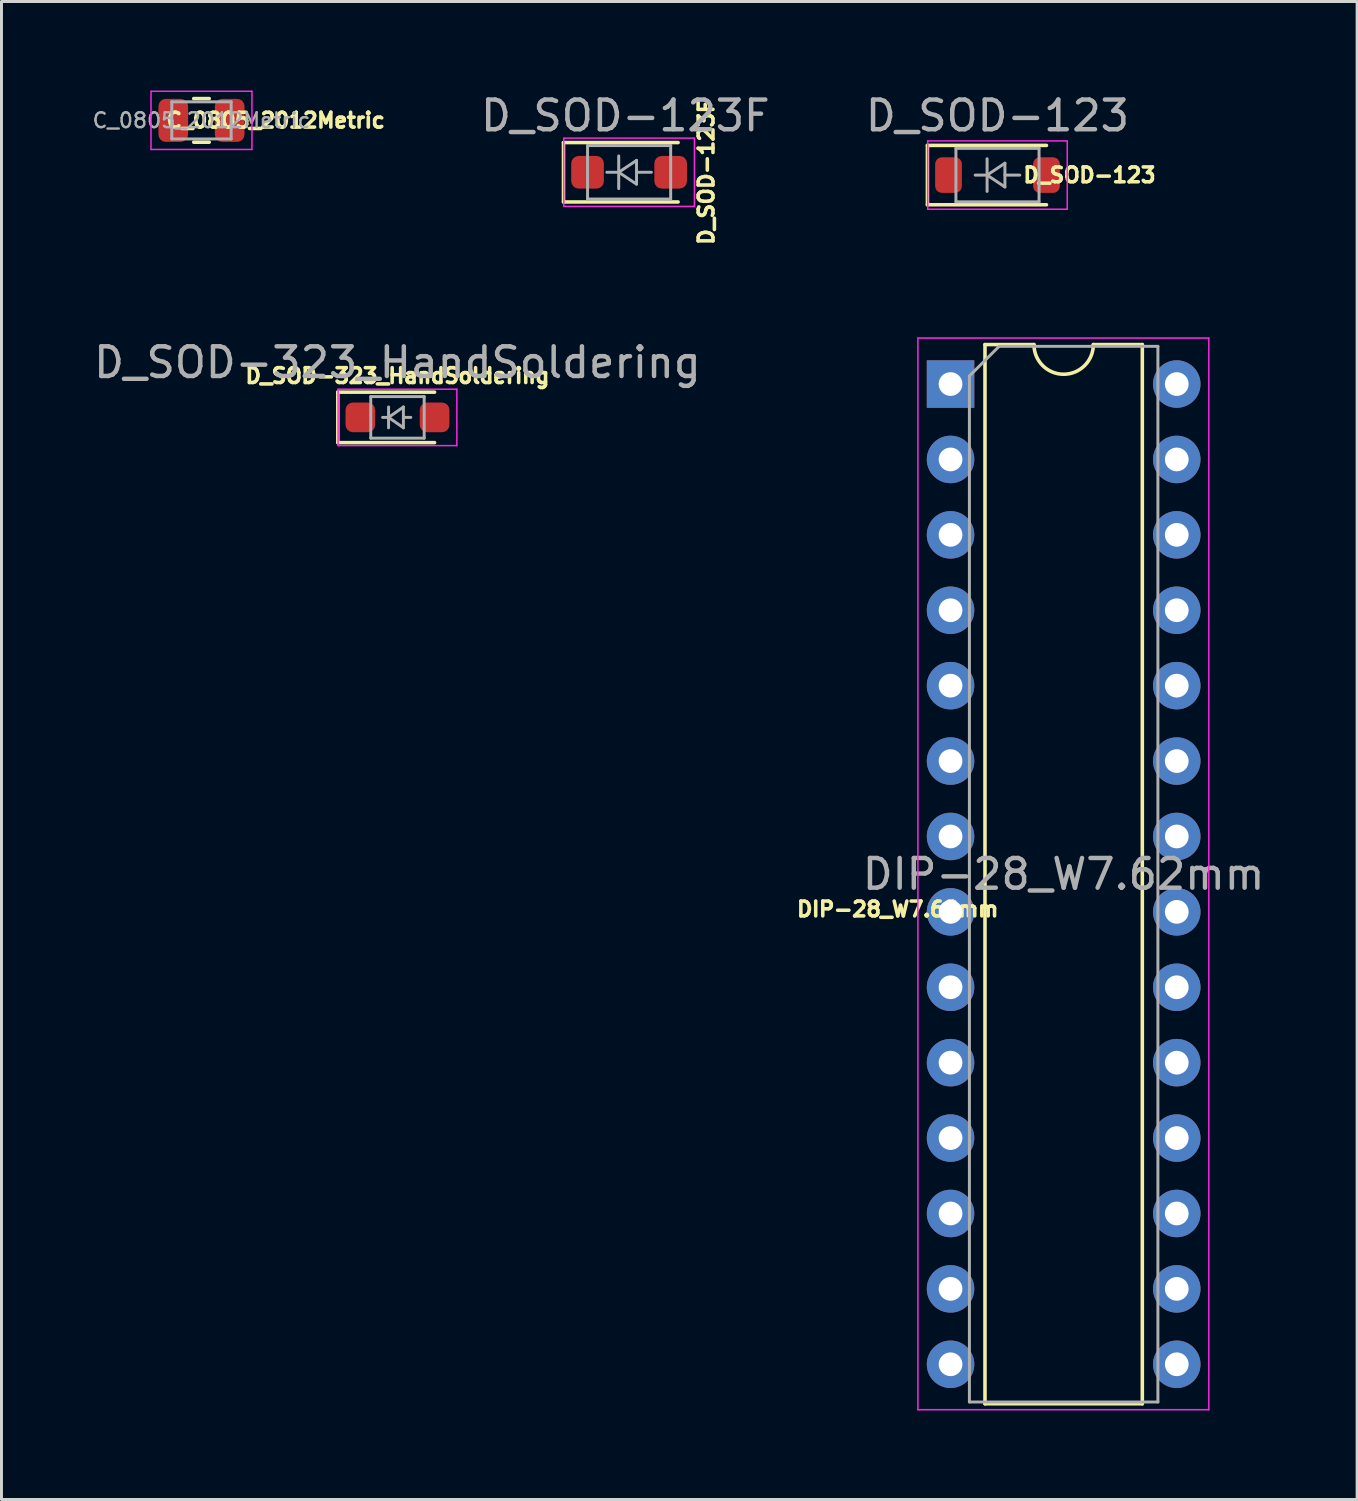
<source format=kicad_pcb>
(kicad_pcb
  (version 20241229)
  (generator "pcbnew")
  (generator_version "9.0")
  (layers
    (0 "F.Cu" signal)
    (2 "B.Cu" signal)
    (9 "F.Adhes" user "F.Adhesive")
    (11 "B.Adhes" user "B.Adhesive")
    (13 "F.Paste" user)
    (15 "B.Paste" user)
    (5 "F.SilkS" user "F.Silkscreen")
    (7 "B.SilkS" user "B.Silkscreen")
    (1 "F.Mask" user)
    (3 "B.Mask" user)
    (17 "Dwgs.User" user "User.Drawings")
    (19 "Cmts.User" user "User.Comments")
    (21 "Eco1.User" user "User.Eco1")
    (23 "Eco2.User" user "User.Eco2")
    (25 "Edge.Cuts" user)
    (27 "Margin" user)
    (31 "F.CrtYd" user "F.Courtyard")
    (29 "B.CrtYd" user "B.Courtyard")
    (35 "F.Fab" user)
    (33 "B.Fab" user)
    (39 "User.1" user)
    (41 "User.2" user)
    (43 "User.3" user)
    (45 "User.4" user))
  (footprint "D_SOD-123F"
    (layer "F.Cu")
    (at 18.142 2.753)
    (property "Reference" "D_SOD-123F" (at 2.6 0 270) (layer "F.SilkS") (effects (font (size 0.5 0.5) (thickness 0.12))))
    (attr smd)
    (fp_line (start -2.21 -1) (end -2.21 1) (stroke (width 0.12) (type solid)) (layer "F.SilkS"))
    (fp_line (start -2.21 -1) (end 1.65 -1) (stroke (width 0.12) (type solid)) (layer "F.SilkS"))
    (fp_line (start -2.21 1) (end 1.65 1) (stroke (width 0.12) (type solid)) (layer "F.SilkS"))
    (fp_line (start -2.2 -1.15) (end -2.2 1.15) (stroke (width 0.05) (type solid)) (layer "F.CrtYd"))
    (fp_line (start -2.2 -1.15) (end 2.2 -1.15) (stroke (width 0.05) (type solid)) (layer "F.CrtYd"))
    (fp_line (start 2.2 -1.15) (end 2.2 1.15) (stroke (width 0.05) (type solid)) (layer "F.CrtYd"))
    (fp_line (start 2.2 1.15) (end -2.2 1.15) (stroke (width 0.05) (type solid)) (layer "F.CrtYd"))
    (fp_line (start -1.4 -0.9) (end 1.4 -0.9) (stroke (width 0.1) (type solid)) (layer "F.Fab"))
    (fp_line (start -1.4 0.9) (end -1.4 -0.9) (stroke (width 0.1) (type solid)) (layer "F.Fab"))
    (fp_line (start -0.75 0) (end -0.35 0) (stroke (width 0.1) (type solid)) (layer "F.Fab"))
    (fp_line (start -0.35 0) (end -0.35 -0.55) (stroke (width 0.1) (type solid)) (layer "F.Fab"))
    (fp_line (start -0.35 0) (end -0.35 0.55) (stroke (width 0.1) (type solid)) (layer "F.Fab"))
    (fp_line (start -0.35 0) (end 0.25 -0.4) (stroke (width 0.1) (type solid)) (layer "F.Fab"))
    (fp_line (start 0.25 -0.4) (end 0.25 0.4) (stroke (width 0.1) (type solid)) (layer "F.Fab"))
    (fp_line (start 0.25 0) (end 0.75 0) (stroke (width 0.1) (type solid)) (layer "F.Fab"))
    (fp_line (start 0.25 0.4) (end -0.35 0) (stroke (width 0.1) (type solid)) (layer "F.Fab"))
    (fp_line (start 1.4 -0.9) (end 1.4 0.9) (stroke (width 0.1) (type solid)) (layer "F.Fab"))
    (fp_line (start 1.4 0.9) (end -1.4 0.9) (stroke (width 0.1) (type solid)) (layer "F.Fab"))
    (fp_text user "${REFERENCE}" (at -0.127 -1.905 180) (layer "F.Fab") (effects (font (size 1 1) (thickness 0.15))))
    (pad "1" smd roundrect (at -1.4 0) (size 1.1 1.1) (layers "F.Cu" "F.Mask" "F.Paste") (roundrect_rratio 0.227))
    (pad "2" smd roundrect (at 1.4 0) (size 1.1 1.1) (layers "F.Cu" "F.Mask" "F.Paste") (roundrect_rratio 0.227)))
  (footprint "D_SOD-323_HandSoldering"
    (layer "F.Cu")
    (at 10.339 11.01)
    (property "Reference" "D_SOD-323_HandSoldering" (at 0 -1.4 0) (layer "F.SilkS") (effects (font (size 0.5 0.5) (thickness 0.12))))
    (attr smd)
    (fp_line (start -2.01 -0.85) (end -2.01 0.85) (stroke (width 0.12) (type solid)) (layer "F.SilkS"))
    (fp_line (start -2.01 -0.85) (end 1.25 -0.85) (stroke (width 0.12) (type solid)) (layer "F.SilkS"))
    (fp_line (start -2.01 0.85) (end 1.25 0.85) (stroke (width 0.12) (type solid)) (layer "F.SilkS"))
    (fp_line (start -2 -0.95) (end -2 0.95) (stroke (width 0.05) (type solid)) (layer "F.CrtYd"))
    (fp_line (start -2 -0.95) (end 2 -0.95) (stroke (width 0.05) (type solid)) (layer "F.CrtYd"))
    (fp_line (start -2 0.95) (end 2 0.95) (stroke (width 0.05) (type solid)) (layer "F.CrtYd"))
    (fp_line (start 2 -0.95) (end 2 0.95) (stroke (width 0.05) (type solid)) (layer "F.CrtYd"))
    (fp_line (start -0.9 -0.7) (end 0.9 -0.7) (stroke (width 0.1) (type solid)) (layer "F.Fab"))
    (fp_line (start -0.9 0.7) (end -0.9 -0.7) (stroke (width 0.1) (type solid)) (layer "F.Fab"))
    (fp_line (start -0.3 -0.35) (end -0.3 0.35) (stroke (width 0.1) (type solid)) (layer "F.Fab"))
    (fp_line (start -0.3 0) (end -0.5 0) (stroke (width 0.1) (type solid)) (layer "F.Fab"))
    (fp_line (start -0.3 0) (end 0.2 -0.35) (stroke (width 0.1) (type solid)) (layer "F.Fab"))
    (fp_line (start 0.2 -0.35) (end 0.2 0.35) (stroke (width 0.1) (type solid)) (layer "F.Fab"))
    (fp_line (start 0.2 0) (end 0.45 0) (stroke (width 0.1) (type solid)) (layer "F.Fab"))
    (fp_line (start 0.2 0.35) (end -0.3 0) (stroke (width 0.1) (type solid)) (layer "F.Fab"))
    (fp_line (start 0.9 -0.7) (end 0.9 0.7) (stroke (width 0.1) (type solid)) (layer "F.Fab"))
    (fp_line (start 0.9 0.7) (end -0.9 0.7) (stroke (width 0.1) (type solid)) (layer "F.Fab"))
    (fp_text user "${REFERENCE}" (at 0 -1.85 0) (layer "F.Fab") (effects (font (size 1 1) (thickness 0.15))))
    (pad "1" smd roundrect (at -1.25 0) (size 1 1) (layers "F.Cu" "F.Mask" "F.Paste") (roundrect_rratio 0.25))
    (pad "2" smd roundrect (at 1.25 0) (size 1 1) (layers "F.Cu" "F.Mask" "F.Paste") (roundrect_rratio 0.25)))
  (footprint "DIP-28_W7.62mm"
    (layer "F.Cu")
    (at 28.97 9.887)
    (property "Reference" "DIP-28_W7.62mm" (at -1.78 17.69 180) (layer "F.SilkS") (effects (font (size 0.5 0.5) (thickness 0.12))))
    (attr through_hole)
    (fp_line (start 1.16 -1.33) (end 1.16 34.35) (stroke (width 0.12) (type solid)) (layer "F.SilkS"))
    (fp_line (start 1.16 34.35) (end 6.46 34.35) (stroke (width 0.12) (type solid)) (layer "F.SilkS"))
    (fp_line (start 2.81 -1.33) (end 1.16 -1.33) (stroke (width 0.12) (type solid)) (layer "F.SilkS"))
    (fp_line (start 6.46 -1.33) (end 4.81 -1.33) (stroke (width 0.12) (type solid)) (layer "F.SilkS"))
    (fp_line (start 6.46 34.35) (end 6.46 -1.33) (stroke (width 0.12) (type solid)) (layer "F.SilkS"))
    (fp_arc (start 4.81 -1.33) (mid 3.81 -0.33) (end 2.81 -1.33) (stroke (width 0.12) (type solid)) (layer "F.SilkS"))
    (fp_line (start -1.1 -1.55) (end -1.1 34.55) (stroke (width 0.05) (type solid)) (layer "F.CrtYd"))
    (fp_line (start -1.1 34.55) (end 8.7 34.55) (stroke (width 0.05) (type solid)) (layer "F.CrtYd"))
    (fp_line (start 8.7 -1.55) (end -1.1 -1.55) (stroke (width 0.05) (type solid)) (layer "F.CrtYd"))
    (fp_line (start 8.7 34.55) (end 8.7 -1.55) (stroke (width 0.05) (type solid)) (layer "F.CrtYd"))
    (fp_line (start 0.635 -0.27) (end 1.635 -1.27) (stroke (width 0.1) (type solid)) (layer "F.Fab"))
    (fp_line (start 0.635 34.29) (end 0.635 -0.27) (stroke (width 0.1) (type solid)) (layer "F.Fab"))
    (fp_line (start 1.635 -1.27) (end 6.985 -1.27) (stroke (width 0.1) (type solid)) (layer "F.Fab"))
    (fp_line (start 6.985 -1.27) (end 6.985 34.29) (stroke (width 0.1) (type solid)) (layer "F.Fab"))
    (fp_line (start 6.985 34.29) (end 0.635 34.29) (stroke (width 0.1) (type solid)) (layer "F.Fab"))
    (fp_text user "${REFERENCE}" (at 3.81 16.51 180) (layer "F.Fab") (effects (font (size 1 1) (thickness 0.15))))
    (pad "1" thru_hole rect (at 0 0) (size 1.6 1.6) (drill 0.8) (layers "*.Cu" "*.Mask"))
    (pad "2" thru_hole oval (at 0 2.54) (size 1.6 1.6) (drill 0.8) (layers "*.Cu" "*.Mask"))
    (pad "3" thru_hole oval (at 0 5.08) (size 1.6 1.6) (drill 0.8) (layers "*.Cu" "*.Mask"))
    (pad "4" thru_hole oval (at 0 7.62) (size 1.6 1.6) (drill 0.8) (layers "*.Cu" "*.Mask"))
    (pad "5" thru_hole oval (at 0 10.16) (size 1.6 1.6) (drill 0.8) (layers "*.Cu" "*.Mask"))
    (pad "6" thru_hole oval (at 0 12.7) (size 1.6 1.6) (drill 0.8) (layers "*.Cu" "*.Mask"))
    (pad "7" thru_hole oval (at 0 15.24) (size 1.6 1.6) (drill 0.8) (layers "*.Cu" "*.Mask"))
    (pad "8" thru_hole oval (at 0 17.78) (size 1.6 1.6) (drill 0.8) (layers "*.Cu" "*.Mask"))
    (pad "9" thru_hole oval (at 0 20.32) (size 1.6 1.6) (drill 0.8) (layers "*.Cu" "*.Mask"))
    (pad "10" thru_hole oval (at 0 22.86) (size 1.6 1.6) (drill 0.8) (layers "*.Cu" "*.Mask"))
    (pad "11" thru_hole oval (at 0 25.4) (size 1.6 1.6) (drill 0.8) (layers "*.Cu" "*.Mask"))
    (pad "12" thru_hole oval (at 0 27.94) (size 1.6 1.6) (drill 0.8) (layers "*.Cu" "*.Mask"))
    (pad "13" thru_hole oval (at 0 30.48) (size 1.6 1.6) (drill 0.8) (layers "*.Cu" "*.Mask"))
    (pad "14" thru_hole oval (at 0 33.02) (size 1.6 1.6) (drill 0.8) (layers "*.Cu" "*.Mask"))
    (pad "15" thru_hole oval (at 7.62 33.02) (size 1.6 1.6) (drill 0.8) (layers "*.Cu" "*.Mask"))
    (pad "16" thru_hole oval (at 7.62 30.48) (size 1.6 1.6) (drill 0.8) (layers "*.Cu" "*.Mask"))
    (pad "17" thru_hole oval (at 7.62 27.94) (size 1.6 1.6) (drill 0.8) (layers "*.Cu" "*.Mask"))
    (pad "18" thru_hole oval (at 7.62 25.4) (size 1.6 1.6) (drill 0.8) (layers "*.Cu" "*.Mask"))
    (pad "19" thru_hole oval (at 7.62 22.86) (size 1.6 1.6) (drill 0.8) (layers "*.Cu" "*.Mask"))
    (pad "20" thru_hole oval (at 7.62 20.32) (size 1.6 1.6) (drill 0.8) (layers "*.Cu" "*.Mask"))
    (pad "21" thru_hole oval (at 7.62 17.78) (size 1.6 1.6) (drill 0.8) (layers "*.Cu" "*.Mask"))
    (pad "22" thru_hole oval (at 7.62 15.24) (size 1.6 1.6) (drill 0.8) (layers "*.Cu" "*.Mask"))
    (pad "23" thru_hole oval (at 7.62 12.7) (size 1.6 1.6) (drill 0.8) (layers "*.Cu" "*.Mask"))
    (pad "24" thru_hole oval (at 7.62 10.16) (size 1.6 1.6) (drill 0.8) (layers "*.Cu" "*.Mask"))
    (pad "25" thru_hole oval (at 7.62 7.62) (size 1.6 1.6) (drill 0.8) (layers "*.Cu" "*.Mask"))
    (pad "26" thru_hole oval (at 7.62 5.08) (size 1.6 1.6) (drill 0.8) (layers "*.Cu" "*.Mask"))
    (pad "27" thru_hole oval (at 7.62 2.54) (size 1.6 1.6) (drill 0.8) (layers "*.Cu" "*.Mask"))
    (pad "28" thru_hole oval (at 7.62 0) (size 1.6 1.6) (drill 0.8) (layers "*.Cu" "*.Mask")))
  (footprint "C_0805_2012Metric"
    (layer "F.Cu")
    (at 3.737 1.005)
    (property "Reference" "C_0805_2012Metric" (at 2.5 0 0) (layer "F.SilkS") (effects (font (size 0.5 0.5) (thickness 0.12))))
    (attr smd)
    (fp_line (start -0.261 -0.735) (end 0.261 -0.735) (stroke (width 0.12) (type solid)) (layer "F.SilkS"))
    (fp_line (start -0.261 0.735) (end 0.261 0.735) (stroke (width 0.12) (type solid)) (layer "F.SilkS"))
    (fp_line (start -1.7 -0.98) (end 1.7 -0.98) (stroke (width 0.05) (type solid)) (layer "F.CrtYd"))
    (fp_line (start -1.7 0.98) (end -1.7 -0.98) (stroke (width 0.05) (type solid)) (layer "F.CrtYd"))
    (fp_line (start 1.7 -0.98) (end 1.7 0.98) (stroke (width 0.05) (type solid)) (layer "F.CrtYd"))
    (fp_line (start 1.7 0.98) (end -1.7 0.98) (stroke (width 0.05) (type solid)) (layer "F.CrtYd"))
    (fp_line (start -1 -0.625) (end 1 -0.625) (stroke (width 0.1) (type solid)) (layer "F.Fab"))
    (fp_line (start -1 0.625) (end -1 -0.625) (stroke (width 0.1) (type solid)) (layer "F.Fab"))
    (fp_line (start 1 -0.625) (end 1 0.625) (stroke (width 0.1) (type solid)) (layer "F.Fab"))
    (fp_line (start 1 0.625) (end -1 0.625) (stroke (width 0.1) (type solid)) (layer "F.Fab"))
    (fp_text user "${REFERENCE}" (at 0 0 180) (layer "F.Fab") (effects (font (size 0.5 0.5) (thickness 0.08))))
    (pad "1" smd roundrect (at -0.95 0) (size 1 1.45) (layers "F.Cu" "F.Mask" "F.Paste") (roundrect_rratio 0.25))
    (pad "2" smd roundrect (at 0.95 0) (size 1 1.45) (layers "F.Cu" "F.Mask" "F.Paste") (roundrect_rratio 0.25)))
  (footprint "D_SOD-123"
    (layer "F.Cu")
    (at 30.551 2.848)
    (property "Reference" "D_SOD-123" (at 3.1 0 180) (layer "F.SilkS") (effects (font (size 0.5 0.5) (thickness 0.12))))
    (attr smd)
    (fp_line (start -2.36 -1) (end -2.36 1) (stroke (width 0.12) (type solid)) (layer "F.SilkS"))
    (fp_line (start -2.36 -1) (end 1.65 -1) (stroke (width 0.12) (type solid)) (layer "F.SilkS"))
    (fp_line (start -2.36 1) (end 1.65 1) (stroke (width 0.12) (type solid)) (layer "F.SilkS"))
    (fp_line (start -2.35 -1.15) (end -2.35 1.15) (stroke (width 0.05) (type solid)) (layer "F.CrtYd"))
    (fp_line (start -2.35 -1.15) (end 2.35 -1.15) (stroke (width 0.05) (type solid)) (layer "F.CrtYd"))
    (fp_line (start 2.35 -1.15) (end 2.35 1.15) (stroke (width 0.05) (type solid)) (layer "F.CrtYd"))
    (fp_line (start 2.35 1.15) (end -2.35 1.15) (stroke (width 0.05) (type solid)) (layer "F.CrtYd"))
    (fp_line (start -1.4 -0.9) (end 1.4 -0.9) (stroke (width 0.1) (type solid)) (layer "F.Fab"))
    (fp_line (start -1.4 0.9) (end -1.4 -0.9) (stroke (width 0.1) (type solid)) (layer "F.Fab"))
    (fp_line (start -0.75 0) (end -0.35 0) (stroke (width 0.1) (type solid)) (layer "F.Fab"))
    (fp_line (start -0.35 0) (end -0.35 -0.55) (stroke (width 0.1) (type solid)) (layer "F.Fab"))
    (fp_line (start -0.35 0) (end -0.35 0.55) (stroke (width 0.1) (type solid)) (layer "F.Fab"))
    (fp_line (start -0.35 0) (end 0.25 -0.4) (stroke (width 0.1) (type solid)) (layer "F.Fab"))
    (fp_line (start 0.25 -0.4) (end 0.25 0.4) (stroke (width 0.1) (type solid)) (layer "F.Fab"))
    (fp_line (start 0.25 0) (end 0.75 0) (stroke (width 0.1) (type solid)) (layer "F.Fab"))
    (fp_line (start 0.25 0.4) (end -0.35 0) (stroke (width 0.1) (type solid)) (layer "F.Fab"))
    (fp_line (start 1.4 -0.9) (end 1.4 0.9) (stroke (width 0.1) (type solid)) (layer "F.Fab"))
    (fp_line (start 1.4 0.9) (end -1.4 0.9) (stroke (width 0.1) (type solid)) (layer "F.Fab"))
    (fp_text user "${REFERENCE}" (at 0 -2 180) (layer "F.Fab") (effects (font (size 1 1) (thickness 0.15))))
    (pad "1" smd roundrect (at -1.65 0) (size 0.9 1.2) (layers "F.Cu" "F.Mask" "F.Paste") (roundrect_rratio 0.25))
    (pad "2" smd roundrect (at 1.65 0) (size 0.9 1.2) (layers "F.Cu" "F.Mask" "F.Paste") (roundrect_rratio 0.25)))
  (gr_rect
    (start -3 -3)
    (end 42.666 47.462)
    (stroke (width 0.1) (type default))
    (fill no)
    (layer "Edge.Cuts")))
</source>
